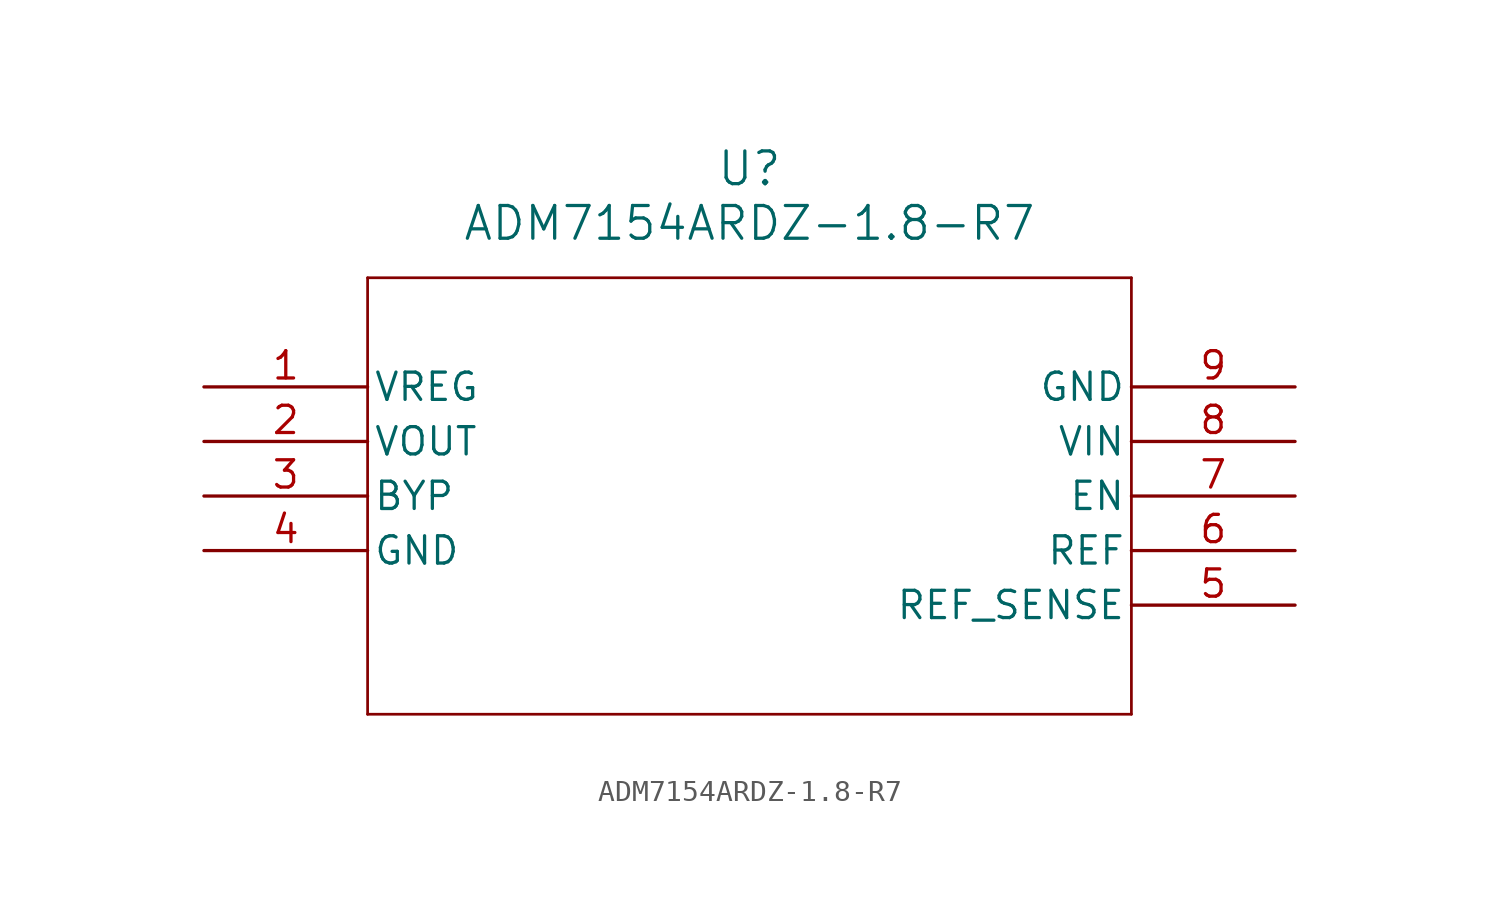
<source format=kicad_sym>
(kicad_symbol_lib
  (version 20211014)
  (generator kicad_symbol_editor)
  (symbol "ADM7154ARDZ-1.8-R7"
    (pin_names
      (offset 0.254))
    (property "Reference" "U"
      (at 25.4 10.16 0)
      (effects (font (size 1.524 1.524))))
    (property "Value" "ADM7154ARDZ-1.8-R7"
      (at 25.4 7.62 0)
      (effects (font (size 1.524 1.524))))
    (symbol "ADM7154ARDZ-1.8-R7_0_1"
      (polyline (pts (xy 7.62 5.08) (xy 7.62 -15.24)) (stroke (width 0.127) (type default) (color 0 0 0 0)) (fill (type none)))
      (polyline (pts (xy 7.62 -15.24) (xy 43.18 -15.24)) (stroke (width 0.127) (type default) (color 0 0 0 0)) (fill (type none)))
      (polyline (pts (xy 43.18 -15.24) (xy 43.18 5.08)) (stroke (width 0.127) (type default) (color 0 0 0 0)) (fill (type none)))
      (polyline (pts (xy 43.18 5.08) (xy 7.62 5.08)) (stroke (width 0.127) (type default) (color 0 0 0 0)) (fill (type none)))
      (pin power_in line (at 0 0 0) (length 7.62) (name "VREG" (effects (font (size 1.27 1.27)))) (number "1" (effects (font (size 1.27 1.27)))))
      (pin power_in line (at 0 -2.54 0) (length 7.62) (name "VOUT" (effects (font (size 1.27 1.27)))) (number "2" (effects (font (size 1.27 1.27)))))
      (pin power_in line (at 0 -5.08 0) (length 7.62) (name "BYP" (effects (font (size 1.27 1.27)))) (number "3" (effects (font (size 1.27 1.27)))))
      (pin power_out line (at 0 -7.62 0) (length 7.62) (name "GND" (effects (font (size 1.27 1.27)))) (number "4" (effects (font (size 1.27 1.27)))))
      (pin unspecified line (at 50.8 -10.16 180) (length 7.62) (name "REF_SENSE" (effects (font (size 1.27 1.27)))) (number "5" (effects (font (size 1.27 1.27)))))
      (pin unspecified line (at 50.8 -7.62 180) (length 7.62) (name "REF" (effects (font (size 1.27 1.27)))) (number "6" (effects (font (size 1.27 1.27)))))
      (pin input line (at 50.8 -5.08 180) (length 7.62) (name "EN" (effects (font (size 1.27 1.27)))) (number "7" (effects (font (size 1.27 1.27)))))
      (pin power_in line (at 50.8 -2.54 180) (length 7.62) (name "VIN" (effects (font (size 1.27 1.27)))) (number "8" (effects (font (size 1.27 1.27)))))
      (pin power_out line (at 50.8 0 180) (length 7.62) (name "GND" (effects (font (size 1.27 1.27)))) (number "9" (effects (font (size 1.27 1.27))))))))
</source>
